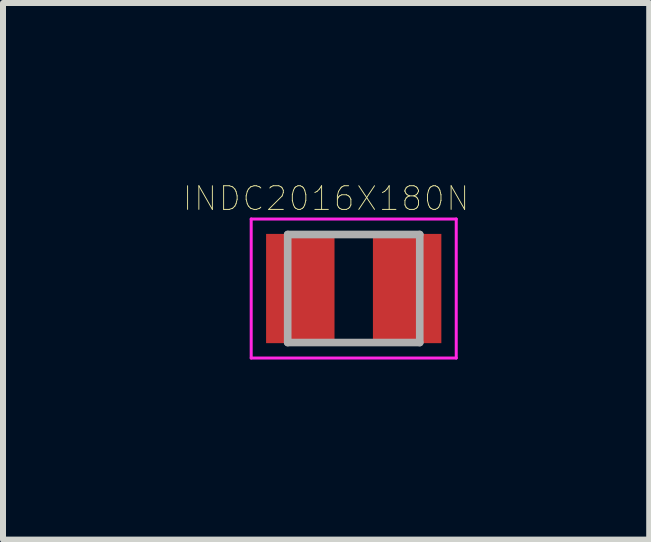
<source format=kicad_pcb>
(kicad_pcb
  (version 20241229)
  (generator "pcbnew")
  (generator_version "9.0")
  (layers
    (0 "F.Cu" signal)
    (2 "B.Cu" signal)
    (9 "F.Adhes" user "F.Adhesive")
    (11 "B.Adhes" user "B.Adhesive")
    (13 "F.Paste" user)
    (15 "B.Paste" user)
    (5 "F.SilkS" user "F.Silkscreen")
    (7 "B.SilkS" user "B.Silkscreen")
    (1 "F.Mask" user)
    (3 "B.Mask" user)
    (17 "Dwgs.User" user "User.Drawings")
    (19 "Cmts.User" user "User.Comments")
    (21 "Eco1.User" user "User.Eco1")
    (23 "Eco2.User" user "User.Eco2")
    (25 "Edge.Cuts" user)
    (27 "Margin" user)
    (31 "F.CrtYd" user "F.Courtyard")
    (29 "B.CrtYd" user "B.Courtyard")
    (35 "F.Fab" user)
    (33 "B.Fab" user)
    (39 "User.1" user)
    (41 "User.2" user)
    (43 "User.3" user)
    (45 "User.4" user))
  (footprint "INDC2016X180N"
    (layer "F.Cu")
    (at 2.843 1.757)
    (property "Reference" "INDC2016X180N" (at -0.46 -1.5 0) (layer "F.SilkS") (effects (font (size 0.394 0.394) (thickness 0.015))))
    (attr through_hole)
    (fp_line (start -1.708 -1.158) (end 1.708 -1.158) (stroke (width 0.05) (type solid)) (layer "F.CrtYd"))
    (fp_line (start -1.708 1.158) (end -1.708 -1.158) (stroke (width 0.05) (type solid)) (layer "F.CrtYd"))
    (fp_line (start -1.708 1.158) (end 1.708 1.158) (stroke (width 0.05) (type solid)) (layer "F.CrtYd"))
    (fp_line (start 1.708 1.158) (end 1.708 -1.158) (stroke (width 0.05) (type solid)) (layer "F.CrtYd"))
    (fp_line (start -1.1 0.9) (end -1.1 -0.9) (stroke (width 0.127) (type solid)) (layer "F.Fab"))
    (fp_line (start 1.1 -0.9) (end -1.1 -0.9) (stroke (width 0.127) (type solid)) (layer "F.Fab"))
    (fp_line (start 1.1 0.9) (end -1.1 0.9) (stroke (width 0.127) (type solid)) (layer "F.Fab"))
    (fp_line (start 1.1 0.9) (end 1.1 -0.9) (stroke (width 0.127) (type solid)) (layer "F.Fab"))
    (pad "1" smd rect (at -0.89 0) (size 1.14 1.82) (layers "F.Cu" "F.Mask" "F.Paste"))
    (pad "2" smd rect (at 0.89 0) (size 1.14 1.82) (layers "F.Cu" "F.Mask" "F.Paste")))
  (gr_rect
    (start -3 -3)
    (end 7.766 5.94)
    (stroke (width 0.1) (type default))
    (fill no)
    (layer "Edge.Cuts")))
</source>
